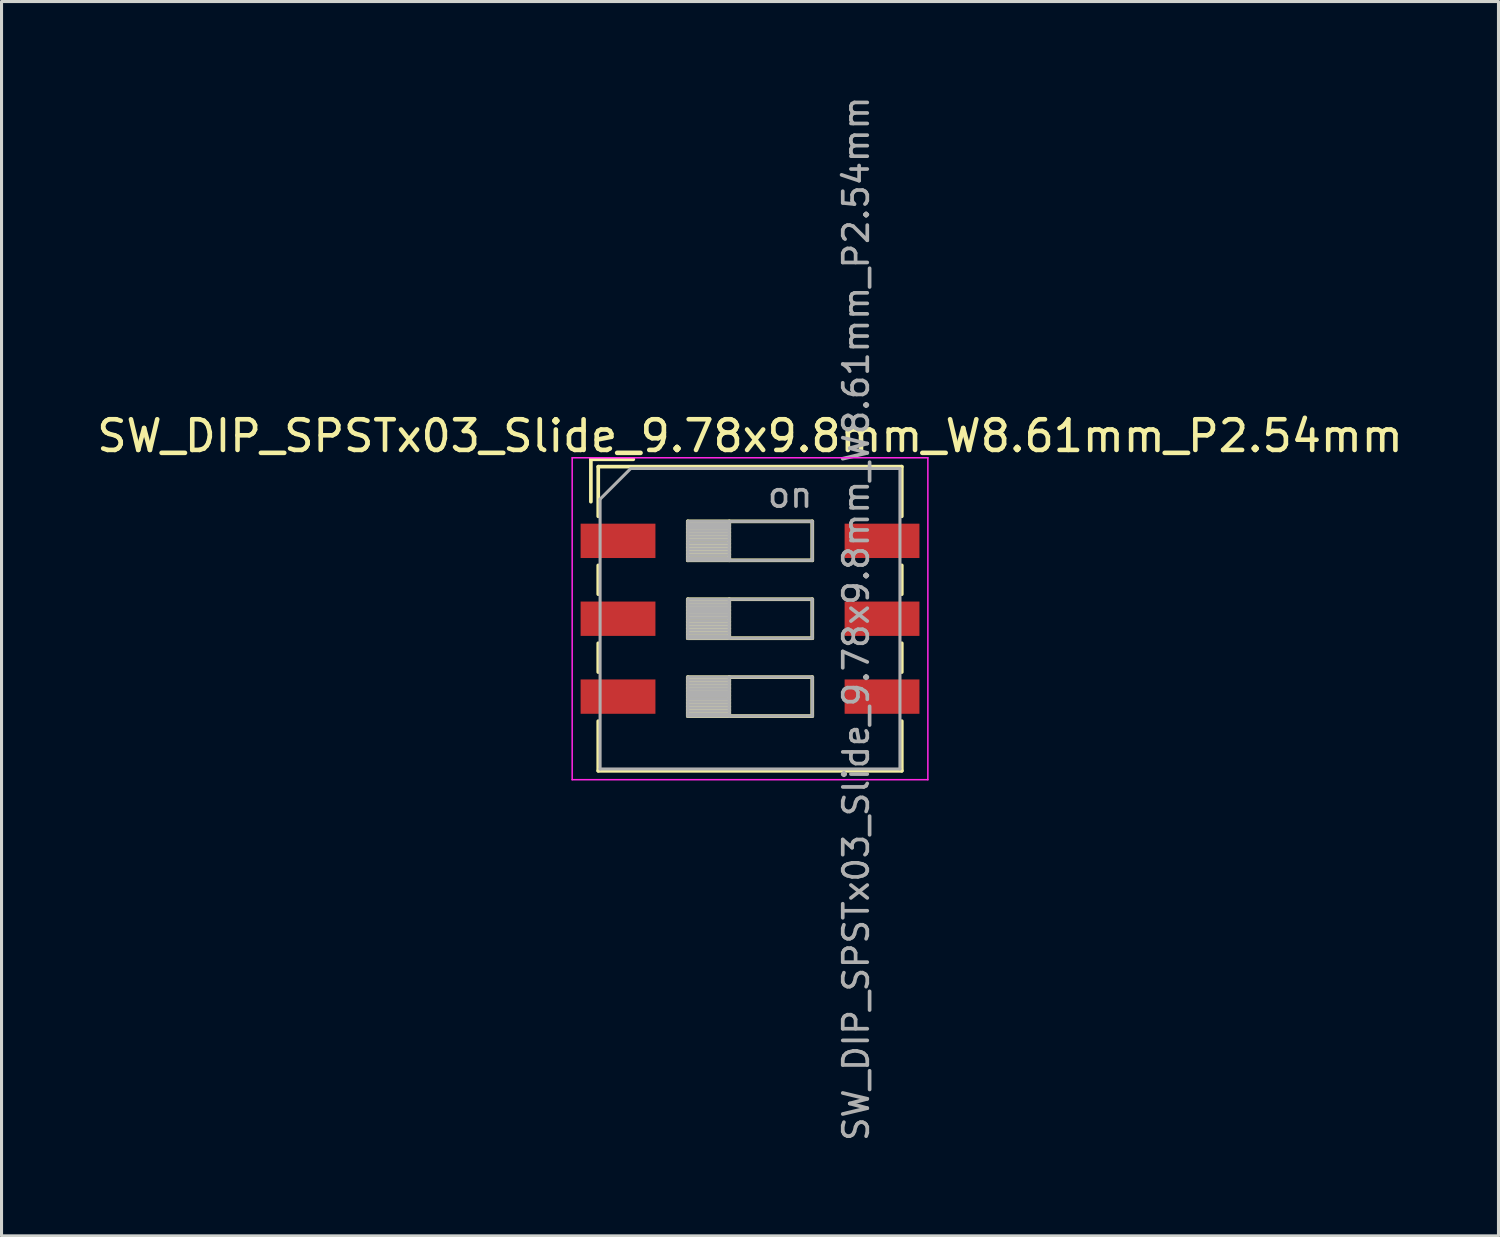
<source format=kicad_pcb>
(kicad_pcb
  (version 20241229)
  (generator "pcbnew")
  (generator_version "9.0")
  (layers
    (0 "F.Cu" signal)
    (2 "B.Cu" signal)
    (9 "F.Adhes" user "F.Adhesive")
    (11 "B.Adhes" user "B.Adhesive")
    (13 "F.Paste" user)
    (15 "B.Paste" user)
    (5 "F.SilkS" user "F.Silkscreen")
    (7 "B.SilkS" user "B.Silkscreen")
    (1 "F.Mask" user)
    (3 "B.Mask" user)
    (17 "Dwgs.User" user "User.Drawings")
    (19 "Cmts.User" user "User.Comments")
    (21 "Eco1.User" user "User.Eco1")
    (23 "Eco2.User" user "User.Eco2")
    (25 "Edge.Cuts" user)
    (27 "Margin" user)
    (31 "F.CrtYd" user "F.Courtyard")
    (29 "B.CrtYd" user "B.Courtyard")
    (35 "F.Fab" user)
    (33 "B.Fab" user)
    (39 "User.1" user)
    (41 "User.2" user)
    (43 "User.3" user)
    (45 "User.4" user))
  (footprint "SW_DIP_SPSTx03_Slide_9.78x9.8mm_W8.61mm_P2.54mm"
    (layer "F.Cu")
    (at 21.411 17.129)
    (property "Reference" "SW_DIP_SPSTx03_Slide_9.78x9.8mm_W8.61mm_P2.54mm" (at 0 -5.96 0) (layer "F.SilkS") (effects (font (size 1 1) (thickness 0.15))))
    (attr smd)
    (fp_line (start -5.19 -5.2) (end -5.19 -3.817) (stroke (width 0.12) (type solid)) (layer "F.SilkS"))
    (fp_line (start -5.19 -5.2) (end -3.806 -5.2) (stroke (width 0.12) (type solid)) (layer "F.SilkS"))
    (fp_line (start -4.95 -4.96) (end -4.95 -3.34) (stroke (width 0.12) (type solid)) (layer "F.SilkS"))
    (fp_line (start -4.95 -4.96) (end 4.95 -4.96) (stroke (width 0.12) (type solid)) (layer "F.SilkS"))
    (fp_line (start -4.95 -1.74) (end -4.95 -0.8) (stroke (width 0.12) (type solid)) (layer "F.SilkS"))
    (fp_line (start -4.95 0.8) (end -4.95 1.74) (stroke (width 0.12) (type solid)) (layer "F.SilkS"))
    (fp_line (start -4.95 3.34) (end -4.95 4.96) (stroke (width 0.12) (type solid)) (layer "F.SilkS"))
    (fp_line (start -4.95 4.96) (end 4.95 4.96) (stroke (width 0.12) (type solid)) (layer "F.SilkS"))
    (fp_line (start -2.03 -3.175) (end -2.03 -1.905) (stroke (width 0.12) (type solid)) (layer "F.SilkS"))
    (fp_line (start -2.03 -3.055) (end -0.677 -3.055) (stroke (width 0.12) (type solid)) (layer "F.SilkS"))
    (fp_line (start -2.03 -2.935) (end -0.677 -2.935) (stroke (width 0.12) (type solid)) (layer "F.SilkS"))
    (fp_line (start -2.03 -2.815) (end -0.677 -2.815) (stroke (width 0.12) (type solid)) (layer "F.SilkS"))
    (fp_line (start -2.03 -2.695) (end -0.677 -2.695) (stroke (width 0.12) (type solid)) (layer "F.SilkS"))
    (fp_line (start -2.03 -2.575) (end -0.677 -2.575) (stroke (width 0.12) (type solid)) (layer "F.SilkS"))
    (fp_line (start -2.03 -2.455) (end -0.677 -2.455) (stroke (width 0.12) (type solid)) (layer "F.SilkS"))
    (fp_line (start -2.03 -2.335) (end -0.677 -2.335) (stroke (width 0.12) (type solid)) (layer "F.SilkS"))
    (fp_line (start -2.03 -2.215) (end -0.677 -2.215) (stroke (width 0.12) (type solid)) (layer "F.SilkS"))
    (fp_line (start -2.03 -2.095) (end -0.677 -2.095) (stroke (width 0.12) (type solid)) (layer "F.SilkS"))
    (fp_line (start -2.03 -1.975) (end -0.677 -1.975) (stroke (width 0.12) (type solid)) (layer "F.SilkS"))
    (fp_line (start -2.03 -1.905) (end 2.03 -1.905) (stroke (width 0.12) (type solid)) (layer "F.SilkS"))
    (fp_line (start -2.03 -0.635) (end -2.03 0.635) (stroke (width 0.12) (type solid)) (layer "F.SilkS"))
    (fp_line (start -2.03 -0.515) (end -0.677 -0.515) (stroke (width 0.12) (type solid)) (layer "F.SilkS"))
    (fp_line (start -2.03 -0.395) (end -0.677 -0.395) (stroke (width 0.12) (type solid)) (layer "F.SilkS"))
    (fp_line (start -2.03 -0.275) (end -0.677 -0.275) (stroke (width 0.12) (type solid)) (layer "F.SilkS"))
    (fp_line (start -2.03 -0.155) (end -0.677 -0.155) (stroke (width 0.12) (type solid)) (layer "F.SilkS"))
    (fp_line (start -2.03 -0.035) (end -0.677 -0.035) (stroke (width 0.12) (type solid)) (layer "F.SilkS"))
    (fp_line (start -2.03 0.085) (end -0.677 0.085) (stroke (width 0.12) (type solid)) (layer "F.SilkS"))
    (fp_line (start -2.03 0.205) (end -0.677 0.205) (stroke (width 0.12) (type solid)) (layer "F.SilkS"))
    (fp_line (start -2.03 0.325) (end -0.677 0.325) (stroke (width 0.12) (type solid)) (layer "F.SilkS"))
    (fp_line (start -2.03 0.445) (end -0.677 0.445) (stroke (width 0.12) (type solid)) (layer "F.SilkS"))
    (fp_line (start -2.03 0.565) (end -0.677 0.565) (stroke (width 0.12) (type solid)) (layer "F.SilkS"))
    (fp_line (start -2.03 0.635) (end 2.03 0.635) (stroke (width 0.12) (type solid)) (layer "F.SilkS"))
    (fp_line (start -2.03 1.905) (end -2.03 3.175) (stroke (width 0.12) (type solid)) (layer "F.SilkS"))
    (fp_line (start -2.03 2.025) (end -0.677 2.025) (stroke (width 0.12) (type solid)) (layer "F.SilkS"))
    (fp_line (start -2.03 2.145) (end -0.677 2.145) (stroke (width 0.12) (type solid)) (layer "F.SilkS"))
    (fp_line (start -2.03 2.265) (end -0.677 2.265) (stroke (width 0.12) (type solid)) (layer "F.SilkS"))
    (fp_line (start -2.03 2.385) (end -0.677 2.385) (stroke (width 0.12) (type solid)) (layer "F.SilkS"))
    (fp_line (start -2.03 2.505) (end -0.677 2.505) (stroke (width 0.12) (type solid)) (layer "F.SilkS"))
    (fp_line (start -2.03 2.625) (end -0.677 2.625) (stroke (width 0.12) (type solid)) (layer "F.SilkS"))
    (fp_line (start -2.03 2.745) (end -0.677 2.745) (stroke (width 0.12) (type solid)) (layer "F.SilkS"))
    (fp_line (start -2.03 2.865) (end -0.677 2.865) (stroke (width 0.12) (type solid)) (layer "F.SilkS"))
    (fp_line (start -2.03 2.985) (end -0.677 2.985) (stroke (width 0.12) (type solid)) (layer "F.SilkS"))
    (fp_line (start -2.03 3.105) (end -0.677 3.105) (stroke (width 0.12) (type solid)) (layer "F.SilkS"))
    (fp_line (start -2.03 3.175) (end 2.03 3.175) (stroke (width 0.12) (type solid)) (layer "F.SilkS"))
    (fp_line (start -0.677 -3.175) (end -0.677 -1.905) (stroke (width 0.12) (type solid)) (layer "F.SilkS"))
    (fp_line (start -0.677 -0.635) (end -0.677 0.635) (stroke (width 0.12) (type solid)) (layer "F.SilkS"))
    (fp_line (start -0.677 1.905) (end -0.677 3.175) (stroke (width 0.12) (type solid)) (layer "F.SilkS"))
    (fp_line (start 2.03 -3.175) (end -2.03 -3.175) (stroke (width 0.12) (type solid)) (layer "F.SilkS"))
    (fp_line (start 2.03 -1.905) (end 2.03 -3.175) (stroke (width 0.12) (type solid)) (layer "F.SilkS"))
    (fp_line (start 2.03 -0.635) (end -2.03 -0.635) (stroke (width 0.12) (type solid)) (layer "F.SilkS"))
    (fp_line (start 2.03 0.635) (end 2.03 -0.635) (stroke (width 0.12) (type solid)) (layer "F.SilkS"))
    (fp_line (start 2.03 1.905) (end -2.03 1.905) (stroke (width 0.12) (type solid)) (layer "F.SilkS"))
    (fp_line (start 2.03 3.175) (end 2.03 1.905) (stroke (width 0.12) (type solid)) (layer "F.SilkS"))
    (fp_line (start 4.95 -4.96) (end 4.95 -3.34) (stroke (width 0.12) (type solid)) (layer "F.SilkS"))
    (fp_line (start 4.95 -1.74) (end 4.95 -0.8) (stroke (width 0.12) (type solid)) (layer "F.SilkS"))
    (fp_line (start 4.95 0.8) (end 4.95 1.74) (stroke (width 0.12) (type solid)) (layer "F.SilkS"))
    (fp_line (start 4.95 3.34) (end 4.95 4.96) (stroke (width 0.12) (type solid)) (layer "F.SilkS"))
    (fp_line (start -5.8 -5.25) (end -5.8 5.25) (stroke (width 0.05) (type solid)) (layer "F.CrtYd"))
    (fp_line (start -5.8 5.25) (end 5.8 5.25) (stroke (width 0.05) (type solid)) (layer "F.CrtYd"))
    (fp_line (start 5.8 -5.25) (end -5.8 -5.25) (stroke (width 0.05) (type solid)) (layer "F.CrtYd"))
    (fp_line (start 5.8 5.25) (end 5.8 -5.25) (stroke (width 0.05) (type solid)) (layer "F.CrtYd"))
    (fp_line (start -4.89 -3.9) (end -3.89 -4.9) (stroke (width 0.1) (type solid)) (layer "F.Fab"))
    (fp_line (start -4.89 4.9) (end -4.89 -3.9) (stroke (width 0.1) (type solid)) (layer "F.Fab"))
    (fp_line (start -3.89 -4.9) (end 4.89 -4.9) (stroke (width 0.1) (type solid)) (layer "F.Fab"))
    (fp_line (start -2.03 -3.175) (end -2.03 -1.905) (stroke (width 0.1) (type solid)) (layer "F.Fab"))
    (fp_line (start -2.03 -3.075) (end -0.677 -3.075) (stroke (width 0.1) (type solid)) (layer "F.Fab"))
    (fp_line (start -2.03 -2.975) (end -0.677 -2.975) (stroke (width 0.1) (type solid)) (layer "F.Fab"))
    (fp_line (start -2.03 -2.875) (end -0.677 -2.875) (stroke (width 0.1) (type solid)) (layer "F.Fab"))
    (fp_line (start -2.03 -2.775) (end -0.677 -2.775) (stroke (width 0.1) (type solid)) (layer "F.Fab"))
    (fp_line (start -2.03 -2.675) (end -0.677 -2.675) (stroke (width 0.1) (type solid)) (layer "F.Fab"))
    (fp_line (start -2.03 -2.575) (end -0.677 -2.575) (stroke (width 0.1) (type solid)) (layer "F.Fab"))
    (fp_line (start -2.03 -2.475) (end -0.677 -2.475) (stroke (width 0.1) (type solid)) (layer "F.Fab"))
    (fp_line (start -2.03 -2.375) (end -0.677 -2.375) (stroke (width 0.1) (type solid)) (layer "F.Fab"))
    (fp_line (start -2.03 -2.275) (end -0.677 -2.275) (stroke (width 0.1) (type solid)) (layer "F.Fab"))
    (fp_line (start -2.03 -2.175) (end -0.677 -2.175) (stroke (width 0.1) (type solid)) (layer "F.Fab"))
    (fp_line (start -2.03 -2.075) (end -0.677 -2.075) (stroke (width 0.1) (type solid)) (layer "F.Fab"))
    (fp_line (start -2.03 -1.975) (end -0.677 -1.975) (stroke (width 0.1) (type solid)) (layer "F.Fab"))
    (fp_line (start -2.03 -1.905) (end 2.03 -1.905) (stroke (width 0.1) (type solid)) (layer "F.Fab"))
    (fp_line (start -2.03 -0.635) (end -2.03 0.635) (stroke (width 0.1) (type solid)) (layer "F.Fab"))
    (fp_line (start -2.03 -0.535) (end -0.677 -0.535) (stroke (width 0.1) (type solid)) (layer "F.Fab"))
    (fp_line (start -2.03 -0.435) (end -0.677 -0.435) (stroke (width 0.1) (type solid)) (layer "F.Fab"))
    (fp_line (start -2.03 -0.335) (end -0.677 -0.335) (stroke (width 0.1) (type solid)) (layer "F.Fab"))
    (fp_line (start -2.03 -0.235) (end -0.677 -0.235) (stroke (width 0.1) (type solid)) (layer "F.Fab"))
    (fp_line (start -2.03 -0.135) (end -0.677 -0.135) (stroke (width 0.1) (type solid)) (layer "F.Fab"))
    (fp_line (start -2.03 -0.035) (end -0.677 -0.035) (stroke (width 0.1) (type solid)) (layer "F.Fab"))
    (fp_line (start -2.03 0.065) (end -0.677 0.065) (stroke (width 0.1) (type solid)) (layer "F.Fab"))
    (fp_line (start -2.03 0.165) (end -0.677 0.165) (stroke (width 0.1) (type solid)) (layer "F.Fab"))
    (fp_line (start -2.03 0.265) (end -0.677 0.265) (stroke (width 0.1) (type solid)) (layer "F.Fab"))
    (fp_line (start -2.03 0.365) (end -0.677 0.365) (stroke (width 0.1) (type solid)) (layer "F.Fab"))
    (fp_line (start -2.03 0.465) (end -0.677 0.465) (stroke (width 0.1) (type solid)) (layer "F.Fab"))
    (fp_line (start -2.03 0.565) (end -0.677 0.565) (stroke (width 0.1) (type solid)) (layer "F.Fab"))
    (fp_line (start -2.03 0.635) (end 2.03 0.635) (stroke (width 0.1) (type solid)) (layer "F.Fab"))
    (fp_line (start -2.03 1.905) (end -2.03 3.175) (stroke (width 0.1) (type solid)) (layer "F.Fab"))
    (fp_line (start -2.03 2.005) (end -0.677 2.005) (stroke (width 0.1) (type solid)) (layer "F.Fab"))
    (fp_line (start -2.03 2.105) (end -0.677 2.105) (stroke (width 0.1) (type solid)) (layer "F.Fab"))
    (fp_line (start -2.03 2.205) (end -0.677 2.205) (stroke (width 0.1) (type solid)) (layer "F.Fab"))
    (fp_line (start -2.03 2.305) (end -0.677 2.305) (stroke (width 0.1) (type solid)) (layer "F.Fab"))
    (fp_line (start -2.03 2.405) (end -0.677 2.405) (stroke (width 0.1) (type solid)) (layer "F.Fab"))
    (fp_line (start -2.03 2.505) (end -0.677 2.505) (stroke (width 0.1) (type solid)) (layer "F.Fab"))
    (fp_line (start -2.03 2.605) (end -0.677 2.605) (stroke (width 0.1) (type solid)) (layer "F.Fab"))
    (fp_line (start -2.03 2.705) (end -0.677 2.705) (stroke (width 0.1) (type solid)) (layer "F.Fab"))
    (fp_line (start -2.03 2.805) (end -0.677 2.805) (stroke (width 0.1) (type solid)) (layer "F.Fab"))
    (fp_line (start -2.03 2.905) (end -0.677 2.905) (stroke (width 0.1) (type solid)) (layer "F.Fab"))
    (fp_line (start -2.03 3.005) (end -0.677 3.005) (stroke (width 0.1) (type solid)) (layer "F.Fab"))
    (fp_line (start -2.03 3.105) (end -0.677 3.105) (stroke (width 0.1) (type solid)) (layer "F.Fab"))
    (fp_line (start -2.03 3.175) (end 2.03 3.175) (stroke (width 0.1) (type solid)) (layer "F.Fab"))
    (fp_line (start -0.677 -3.175) (end -0.677 -1.905) (stroke (width 0.1) (type solid)) (layer "F.Fab"))
    (fp_line (start -0.677 -0.635) (end -0.677 0.635) (stroke (width 0.1) (type solid)) (layer "F.Fab"))
    (fp_line (start -0.677 1.905) (end -0.677 3.175) (stroke (width 0.1) (type solid)) (layer "F.Fab"))
    (fp_line (start 2.03 -3.175) (end -2.03 -3.175) (stroke (width 0.1) (type solid)) (layer "F.Fab"))
    (fp_line (start 2.03 -1.905) (end 2.03 -3.175) (stroke (width 0.1) (type solid)) (layer "F.Fab"))
    (fp_line (start 2.03 -0.635) (end -2.03 -0.635) (stroke (width 0.1) (type solid)) (layer "F.Fab"))
    (fp_line (start 2.03 0.635) (end 2.03 -0.635) (stroke (width 0.1) (type solid)) (layer "F.Fab"))
    (fp_line (start 2.03 1.905) (end -2.03 1.905) (stroke (width 0.1) (type solid)) (layer "F.Fab"))
    (fp_line (start 2.03 3.175) (end 2.03 1.905) (stroke (width 0.1) (type solid)) (layer "F.Fab"))
    (fp_line (start 4.89 -4.9) (end 4.89 4.9) (stroke (width 0.1) (type solid)) (layer "F.Fab"))
    (fp_line (start 4.89 4.9) (end -4.89 4.9) (stroke (width 0.1) (type solid)) (layer "F.Fab"))
    (fp_text user "${REFERENCE}" (at 3.46 0 90) (layer "F.Fab") (effects (font (size 0.8 0.8) (thickness 0.12))))
    (fp_text user "on" (at 1.308 -4.037 0) (layer "F.Fab") (effects (font (size 0.8 0.8) (thickness 0.12))))
    (pad "1" smd rect (at -4.305 -2.54) (size 2.44 1.12) (layers "F.Cu" "F.Mask" "F.Paste"))
    (pad "2" smd rect (at -4.305 0) (size 2.44 1.12) (layers "F.Cu" "F.Mask" "F.Paste"))
    (pad "3" smd rect (at -4.305 2.54) (size 2.44 1.12) (layers "F.Cu" "F.Mask" "F.Paste"))
    (pad "4" smd rect (at 4.305 2.54) (size 2.44 1.12) (layers "F.Cu" "F.Mask" "F.Paste"))
    (pad "5" smd rect (at 4.305 0) (size 2.44 1.12) (layers "F.Cu" "F.Mask" "F.Paste"))
    (pad "6" smd rect (at 4.305 -2.54) (size 2.44 1.12) (layers "F.Cu" "F.Mask" "F.Paste")))
  (gr_rect
    (start -3 -3)
    (end 45.821 37.257)
    (stroke (width 0.1) (type default))
    (fill no)
    (layer "Edge.Cuts")))
</source>
